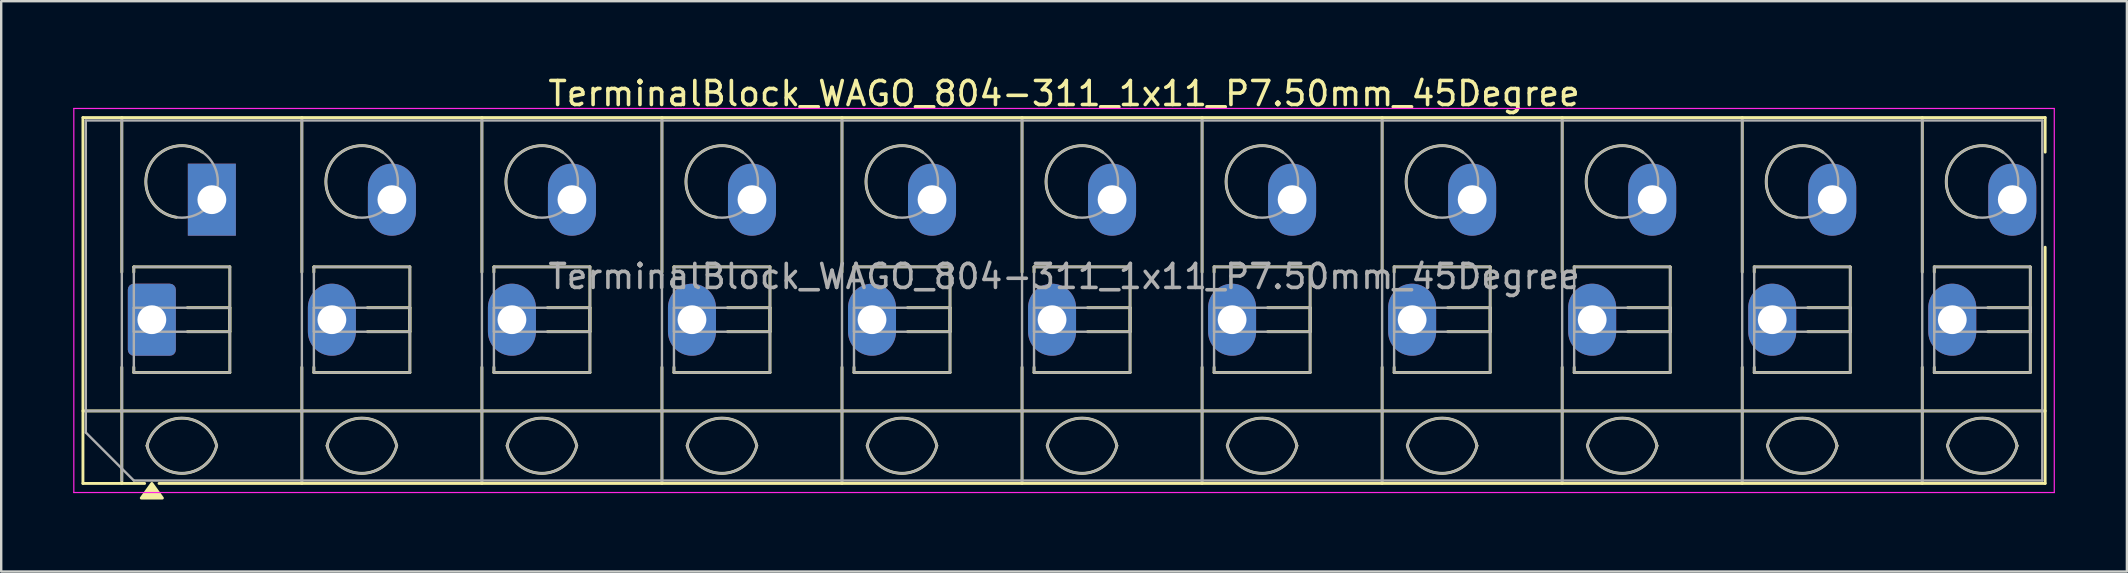
<source format=kicad_pcb>
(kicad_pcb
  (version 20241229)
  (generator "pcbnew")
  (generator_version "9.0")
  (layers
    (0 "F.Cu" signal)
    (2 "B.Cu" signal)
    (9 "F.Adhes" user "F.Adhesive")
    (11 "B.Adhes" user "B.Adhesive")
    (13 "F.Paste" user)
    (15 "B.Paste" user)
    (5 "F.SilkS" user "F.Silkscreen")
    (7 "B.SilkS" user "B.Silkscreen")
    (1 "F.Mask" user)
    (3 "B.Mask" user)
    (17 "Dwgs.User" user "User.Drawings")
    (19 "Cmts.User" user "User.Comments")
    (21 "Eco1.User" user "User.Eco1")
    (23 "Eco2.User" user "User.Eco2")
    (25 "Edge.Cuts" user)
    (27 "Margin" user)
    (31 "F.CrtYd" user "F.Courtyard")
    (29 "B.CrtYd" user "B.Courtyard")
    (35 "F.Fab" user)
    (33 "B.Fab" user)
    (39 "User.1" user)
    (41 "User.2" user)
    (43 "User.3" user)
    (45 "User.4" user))
  (footprint "TerminalBlock_WAGO_804-311_1x11_P7.50mm_45Degree"
    (layer "F.Cu")
    (at 3.275 10.268)
    (property "Reference" "TerminalBlock_WAGO_804-311_1x11_P7.50mm_45Degree" (at 38 -9.42 0) (layer "F.SilkS") (effects (font (size 1 1) (thickness 0.15))))
    (attr through_hole)
    (fp_line (start -2.87 -8.42) (end -2.87 6.82) (stroke (width 0.12) (type solid)) (layer "F.SilkS"))
    (fp_line (start -2.87 -8.42) (end 78.87 -8.42) (stroke (width 0.12) (type solid)) (layer "F.SilkS"))
    (fp_line (start -2.87 3.8) (end 78.87 3.8) (stroke (width 0.12) (type solid)) (layer "F.SilkS"))
    (fp_line (start -2.87 6.82) (end -0.3 6.82) (stroke (width 0.12) (type solid)) (layer "F.SilkS"))
    (fp_line (start -1.25 -8.42) (end -1.25 -1.98) (stroke (width 0.12) (type solid)) (layer "F.SilkS"))
    (fp_line (start -1.25 1.98) (end -1.25 6.82) (stroke (width 0.12) (type solid)) (layer "F.SilkS"))
    (fp_line (start -0.75 -2.2) (end -0.75 -1.98) (stroke (width 0.12) (type solid)) (layer "F.SilkS"))
    (fp_line (start -0.75 -2.2) (end 3.25 -2.2) (stroke (width 0.12) (type solid)) (layer "F.SilkS"))
    (fp_line (start -0.75 1.98) (end -0.75 2.2) (stroke (width 0.12) (type solid)) (layer "F.SilkS"))
    (fp_line (start -0.75 2.2) (end 3.25 2.2) (stroke (width 0.12) (type solid)) (layer "F.SilkS"))
    (fp_line (start 0.3 6.82) (end 78.87 6.82) (stroke (width 0.12) (type solid)) (layer "F.SilkS"))
    (fp_line (start 1.48 -0.5) (end 3.25 -0.5) (stroke (width 0.12) (type solid)) (layer "F.SilkS"))
    (fp_line (start 1.48 0.5) (end 3.25 0.5) (stroke (width 0.12) (type solid)) (layer "F.SilkS"))
    (fp_line (start 3.25 -2.2) (end 3.25 2.2) (stroke (width 0.12) (type solid)) (layer "F.SilkS"))
    (fp_line (start 3.25 -0.5) (end 3.25 0.5) (stroke (width 0.12) (type solid)) (layer "F.SilkS"))
    (fp_line (start 6.25 -8.42) (end 6.25 -1.98) (stroke (width 0.12) (type solid)) (layer "F.SilkS"))
    (fp_line (start 6.25 1.98) (end 6.25 6.82) (stroke (width 0.12) (type solid)) (layer "F.SilkS"))
    (fp_line (start 6.75 -2.2) (end 6.75 -1.98) (stroke (width 0.12) (type solid)) (layer "F.SilkS"))
    (fp_line (start 6.75 -2.2) (end 10.75 -2.2) (stroke (width 0.12) (type solid)) (layer "F.SilkS"))
    (fp_line (start 6.75 1.98) (end 6.75 2.2) (stroke (width 0.12) (type solid)) (layer "F.SilkS"))
    (fp_line (start 6.75 2.2) (end 10.75 2.2) (stroke (width 0.12) (type solid)) (layer "F.SilkS"))
    (fp_line (start 8.98 -0.5) (end 10.75 -0.5) (stroke (width 0.12) (type solid)) (layer "F.SilkS"))
    (fp_line (start 8.98 0.5) (end 10.75 0.5) (stroke (width 0.12) (type solid)) (layer "F.SilkS"))
    (fp_line (start 10.75 -2.2) (end 10.75 2.2) (stroke (width 0.12) (type solid)) (layer "F.SilkS"))
    (fp_line (start 10.75 -0.5) (end 10.75 0.5) (stroke (width 0.12) (type solid)) (layer "F.SilkS"))
    (fp_line (start 13.75 -8.42) (end 13.75 -1.98) (stroke (width 0.12) (type solid)) (layer "F.SilkS"))
    (fp_line (start 13.75 1.98) (end 13.75 6.82) (stroke (width 0.12) (type solid)) (layer "F.SilkS"))
    (fp_line (start 14.25 -2.2) (end 14.25 -1.98) (stroke (width 0.12) (type solid)) (layer "F.SilkS"))
    (fp_line (start 14.25 -2.2) (end 18.25 -2.2) (stroke (width 0.12) (type solid)) (layer "F.SilkS"))
    (fp_line (start 14.25 1.98) (end 14.25 2.2) (stroke (width 0.12) (type solid)) (layer "F.SilkS"))
    (fp_line (start 14.25 2.2) (end 18.25 2.2) (stroke (width 0.12) (type solid)) (layer "F.SilkS"))
    (fp_line (start 16.48 -0.5) (end 18.25 -0.5) (stroke (width 0.12) (type solid)) (layer "F.SilkS"))
    (fp_line (start 16.48 0.5) (end 18.25 0.5) (stroke (width 0.12) (type solid)) (layer "F.SilkS"))
    (fp_line (start 18.25 -2.2) (end 18.25 2.2) (stroke (width 0.12) (type solid)) (layer "F.SilkS"))
    (fp_line (start 18.25 -0.5) (end 18.25 0.5) (stroke (width 0.12) (type solid)) (layer "F.SilkS"))
    (fp_line (start 21.25 -8.42) (end 21.25 -1.98) (stroke (width 0.12) (type solid)) (layer "F.SilkS"))
    (fp_line (start 21.25 1.98) (end 21.25 6.82) (stroke (width 0.12) (type solid)) (layer "F.SilkS"))
    (fp_line (start 21.75 -2.2) (end 21.75 -1.98) (stroke (width 0.12) (type solid)) (layer "F.SilkS"))
    (fp_line (start 21.75 -2.2) (end 25.75 -2.2) (stroke (width 0.12) (type solid)) (layer "F.SilkS"))
    (fp_line (start 21.75 1.98) (end 21.75 2.2) (stroke (width 0.12) (type solid)) (layer "F.SilkS"))
    (fp_line (start 21.75 2.2) (end 25.75 2.2) (stroke (width 0.12) (type solid)) (layer "F.SilkS"))
    (fp_line (start 23.98 -0.5) (end 25.75 -0.5) (stroke (width 0.12) (type solid)) (layer "F.SilkS"))
    (fp_line (start 23.98 0.5) (end 25.75 0.5) (stroke (width 0.12) (type solid)) (layer "F.SilkS"))
    (fp_line (start 25.75 -2.2) (end 25.75 2.2) (stroke (width 0.12) (type solid)) (layer "F.SilkS"))
    (fp_line (start 25.75 -0.5) (end 25.75 0.5) (stroke (width 0.12) (type solid)) (layer "F.SilkS"))
    (fp_line (start 28.75 -8.42) (end 28.75 -1.98) (stroke (width 0.12) (type solid)) (layer "F.SilkS"))
    (fp_line (start 28.75 1.98) (end 28.75 6.82) (stroke (width 0.12) (type solid)) (layer "F.SilkS"))
    (fp_line (start 29.25 -2.2) (end 29.25 -1.98) (stroke (width 0.12) (type solid)) (layer "F.SilkS"))
    (fp_line (start 29.25 -2.2) (end 33.25 -2.2) (stroke (width 0.12) (type solid)) (layer "F.SilkS"))
    (fp_line (start 29.25 1.98) (end 29.25 2.2) (stroke (width 0.12) (type solid)) (layer "F.SilkS"))
    (fp_line (start 29.25 2.2) (end 33.25 2.2) (stroke (width 0.12) (type solid)) (layer "F.SilkS"))
    (fp_line (start 31.48 -0.5) (end 33.25 -0.5) (stroke (width 0.12) (type solid)) (layer "F.SilkS"))
    (fp_line (start 31.48 0.5) (end 33.25 0.5) (stroke (width 0.12) (type solid)) (layer "F.SilkS"))
    (fp_line (start 33.25 -2.2) (end 33.25 2.2) (stroke (width 0.12) (type solid)) (layer "F.SilkS"))
    (fp_line (start 33.25 -0.5) (end 33.25 0.5) (stroke (width 0.12) (type solid)) (layer "F.SilkS"))
    (fp_line (start 36.25 -8.42) (end 36.25 -1.98) (stroke (width 0.12) (type solid)) (layer "F.SilkS"))
    (fp_line (start 36.25 1.98) (end 36.25 6.82) (stroke (width 0.12) (type solid)) (layer "F.SilkS"))
    (fp_line (start 36.75 -2.2) (end 36.75 -1.98) (stroke (width 0.12) (type solid)) (layer "F.SilkS"))
    (fp_line (start 36.75 -2.2) (end 40.75 -2.2) (stroke (width 0.12) (type solid)) (layer "F.SilkS"))
    (fp_line (start 36.75 1.98) (end 36.75 2.2) (stroke (width 0.12) (type solid)) (layer "F.SilkS"))
    (fp_line (start 36.75 2.2) (end 40.75 2.2) (stroke (width 0.12) (type solid)) (layer "F.SilkS"))
    (fp_line (start 38.98 -0.5) (end 40.75 -0.5) (stroke (width 0.12) (type solid)) (layer "F.SilkS"))
    (fp_line (start 38.98 0.5) (end 40.75 0.5) (stroke (width 0.12) (type solid)) (layer "F.SilkS"))
    (fp_line (start 40.75 -2.2) (end 40.75 2.2) (stroke (width 0.12) (type solid)) (layer "F.SilkS"))
    (fp_line (start 40.75 -0.5) (end 40.75 0.5) (stroke (width 0.12) (type solid)) (layer "F.SilkS"))
    (fp_line (start 43.75 -8.42) (end 43.75 -1.98) (stroke (width 0.12) (type solid)) (layer "F.SilkS"))
    (fp_line (start 43.75 1.98) (end 43.75 6.82) (stroke (width 0.12) (type solid)) (layer "F.SilkS"))
    (fp_line (start 44.25 -2.2) (end 44.25 -1.98) (stroke (width 0.12) (type solid)) (layer "F.SilkS"))
    (fp_line (start 44.25 -2.2) (end 48.25 -2.2) (stroke (width 0.12) (type solid)) (layer "F.SilkS"))
    (fp_line (start 44.25 1.98) (end 44.25 2.2) (stroke (width 0.12) (type solid)) (layer "F.SilkS"))
    (fp_line (start 44.25 2.2) (end 48.25 2.2) (stroke (width 0.12) (type solid)) (layer "F.SilkS"))
    (fp_line (start 46.48 -0.5) (end 48.25 -0.5) (stroke (width 0.12) (type solid)) (layer "F.SilkS"))
    (fp_line (start 46.48 0.5) (end 48.25 0.5) (stroke (width 0.12) (type solid)) (layer "F.SilkS"))
    (fp_line (start 48.25 -2.2) (end 48.25 2.2) (stroke (width 0.12) (type solid)) (layer "F.SilkS"))
    (fp_line (start 48.25 -0.5) (end 48.25 0.5) (stroke (width 0.12) (type solid)) (layer "F.SilkS"))
    (fp_line (start 51.25 -8.42) (end 51.25 -1.98) (stroke (width 0.12) (type solid)) (layer "F.SilkS"))
    (fp_line (start 51.25 1.98) (end 51.25 6.82) (stroke (width 0.12) (type solid)) (layer "F.SilkS"))
    (fp_line (start 51.75 -2.2) (end 51.75 -1.98) (stroke (width 0.12) (type solid)) (layer "F.SilkS"))
    (fp_line (start 51.75 -2.2) (end 55.75 -2.2) (stroke (width 0.12) (type solid)) (layer "F.SilkS"))
    (fp_line (start 51.75 1.98) (end 51.75 2.2) (stroke (width 0.12) (type solid)) (layer "F.SilkS"))
    (fp_line (start 51.75 2.2) (end 55.75 2.2) (stroke (width 0.12) (type solid)) (layer "F.SilkS"))
    (fp_line (start 53.98 -0.5) (end 55.75 -0.5) (stroke (width 0.12) (type solid)) (layer "F.SilkS"))
    (fp_line (start 53.98 0.5) (end 55.75 0.5) (stroke (width 0.12) (type solid)) (layer "F.SilkS"))
    (fp_line (start 55.75 -2.2) (end 55.75 2.2) (stroke (width 0.12) (type solid)) (layer "F.SilkS"))
    (fp_line (start 55.75 -0.5) (end 55.75 0.5) (stroke (width 0.12) (type solid)) (layer "F.SilkS"))
    (fp_line (start 58.75 -8.42) (end 58.75 -1.98) (stroke (width 0.12) (type solid)) (layer "F.SilkS"))
    (fp_line (start 58.75 1.98) (end 58.75 6.82) (stroke (width 0.12) (type solid)) (layer "F.SilkS"))
    (fp_line (start 59.25 -2.2) (end 59.25 -1.98) (stroke (width 0.12) (type solid)) (layer "F.SilkS"))
    (fp_line (start 59.25 -2.2) (end 63.25 -2.2) (stroke (width 0.12) (type solid)) (layer "F.SilkS"))
    (fp_line (start 59.25 1.98) (end 59.25 2.2) (stroke (width 0.12) (type solid)) (layer "F.SilkS"))
    (fp_line (start 59.25 2.2) (end 63.25 2.2) (stroke (width 0.12) (type solid)) (layer "F.SilkS"))
    (fp_line (start 61.48 -0.5) (end 63.25 -0.5) (stroke (width 0.12) (type solid)) (layer "F.SilkS"))
    (fp_line (start 61.48 0.5) (end 63.25 0.5) (stroke (width 0.12) (type solid)) (layer "F.SilkS"))
    (fp_line (start 63.25 -2.2) (end 63.25 2.2) (stroke (width 0.12) (type solid)) (layer "F.SilkS"))
    (fp_line (start 63.25 -0.5) (end 63.25 0.5) (stroke (width 0.12) (type solid)) (layer "F.SilkS"))
    (fp_line (start 66.25 -8.42) (end 66.25 -1.98) (stroke (width 0.12) (type solid)) (layer "F.SilkS"))
    (fp_line (start 66.25 1.98) (end 66.25 6.82) (stroke (width 0.12) (type solid)) (layer "F.SilkS"))
    (fp_line (start 66.75 -2.2) (end 66.75 -1.98) (stroke (width 0.12) (type solid)) (layer "F.SilkS"))
    (fp_line (start 66.75 -2.2) (end 70.75 -2.2) (stroke (width 0.12) (type solid)) (layer "F.SilkS"))
    (fp_line (start 66.75 1.98) (end 66.75 2.2) (stroke (width 0.12) (type solid)) (layer "F.SilkS"))
    (fp_line (start 66.75 2.2) (end 70.75 2.2) (stroke (width 0.12) (type solid)) (layer "F.SilkS"))
    (fp_line (start 68.98 -0.5) (end 70.75 -0.5) (stroke (width 0.12) (type solid)) (layer "F.SilkS"))
    (fp_line (start 68.98 0.5) (end 70.75 0.5) (stroke (width 0.12) (type solid)) (layer "F.SilkS"))
    (fp_line (start 70.75 -2.2) (end 70.75 2.2) (stroke (width 0.12) (type solid)) (layer "F.SilkS"))
    (fp_line (start 70.75 -0.5) (end 70.75 0.5) (stroke (width 0.12) (type solid)) (layer "F.SilkS"))
    (fp_line (start 73.75 -8.42) (end 73.75 -1.98) (stroke (width 0.12) (type solid)) (layer "F.SilkS"))
    (fp_line (start 73.75 1.98) (end 73.75 6.82) (stroke (width 0.12) (type solid)) (layer "F.SilkS"))
    (fp_line (start 74.25 -2.2) (end 74.25 -1.98) (stroke (width 0.12) (type solid)) (layer "F.SilkS"))
    (fp_line (start 74.25 -2.2) (end 78.25 -2.2) (stroke (width 0.12) (type solid)) (layer "F.SilkS"))
    (fp_line (start 74.25 1.98) (end 74.25 2.2) (stroke (width 0.12) (type solid)) (layer "F.SilkS"))
    (fp_line (start 74.25 2.2) (end 78.25 2.2) (stroke (width 0.12) (type solid)) (layer "F.SilkS"))
    (fp_line (start 76.48 -0.5) (end 78.25 -0.5) (stroke (width 0.12) (type solid)) (layer "F.SilkS"))
    (fp_line (start 76.48 0.5) (end 78.25 0.5) (stroke (width 0.12) (type solid)) (layer "F.SilkS"))
    (fp_line (start 78.25 -2.2) (end 78.25 2.2) (stroke (width 0.12) (type solid)) (layer "F.SilkS"))
    (fp_line (start 78.25 -0.5) (end 78.25 0.5) (stroke (width 0.12) (type solid)) (layer "F.SilkS"))
    (fp_line (start 78.87 -8.42) (end 78.87 -6.98) (stroke (width 0.12) (type solid)) (layer "F.SilkS"))
    (fp_line (start 78.87 -3.02) (end 78.87 6.82) (stroke (width 0.12) (type solid)) (layer "F.SilkS"))
    (fp_arc (start -0.2 5.25) (mid 1.25 4.1) (end 2.7 5.25) (stroke (width 0.12) (type solid)) (layer "F.SilkS"))
    (fp_arc (start 1.02 -4.268) (mid -0.141916 -6.309209) (end 2.109 -6.98) (stroke (width 0.12) (type solid)) (layer "F.SilkS"))
    (fp_arc (start 2.7 5.25) (mid 1.25 6.4) (end -0.2 5.25) (stroke (width 0.12) (type solid)) (layer "F.SilkS"))
    (fp_arc (start 7.3 5.25) (mid 8.75 4.1) (end 10.2 5.25) (stroke (width 0.12) (type solid)) (layer "F.SilkS"))
    (fp_arc (start 8.52 -4.268) (mid 7.358084 -6.309209) (end 9.609 -6.98) (stroke (width 0.12) (type solid)) (layer "F.SilkS"))
    (fp_arc (start 10.2 5.25) (mid 8.75 6.4) (end 7.3 5.25) (stroke (width 0.12) (type solid)) (layer "F.SilkS"))
    (fp_arc (start 14.8 5.25) (mid 16.25 4.1) (end 17.7 5.25) (stroke (width 0.12) (type solid)) (layer "F.SilkS"))
    (fp_arc (start 16.02 -4.268) (mid 14.858084 -6.309209) (end 17.109 -6.98) (stroke (width 0.12) (type solid)) (layer "F.SilkS"))
    (fp_arc (start 17.7 5.25) (mid 16.25 6.4) (end 14.8 5.25) (stroke (width 0.12) (type solid)) (layer "F.SilkS"))
    (fp_arc (start 22.3 5.25) (mid 23.75 4.1) (end 25.2 5.25) (stroke (width 0.12) (type solid)) (layer "F.SilkS"))
    (fp_arc (start 23.52 -4.268) (mid 22.358084 -6.309209) (end 24.609 -6.98) (stroke (width 0.12) (type solid)) (layer "F.SilkS"))
    (fp_arc (start 25.2 5.25) (mid 23.75 6.4) (end 22.3 5.25) (stroke (width 0.12) (type solid)) (layer "F.SilkS"))
    (fp_arc (start 29.8 5.25) (mid 31.25 4.1) (end 32.7 5.25) (stroke (width 0.12) (type solid)) (layer "F.SilkS"))
    (fp_arc (start 31.02 -4.268) (mid 29.858084 -6.309209) (end 32.109 -6.98) (stroke (width 0.12) (type solid)) (layer "F.SilkS"))
    (fp_arc (start 32.7 5.25) (mid 31.25 6.4) (end 29.8 5.25) (stroke (width 0.12) (type solid)) (layer "F.SilkS"))
    (fp_arc (start 37.3 5.25) (mid 38.75 4.1) (end 40.2 5.25) (stroke (width 0.12) (type solid)) (layer "F.SilkS"))
    (fp_arc (start 38.52 -4.268) (mid 37.358084 -6.309209) (end 39.609 -6.98) (stroke (width 0.12) (type solid)) (layer "F.SilkS"))
    (fp_arc (start 40.2 5.25) (mid 38.75 6.4) (end 37.3 5.25) (stroke (width 0.12) (type solid)) (layer "F.SilkS"))
    (fp_arc (start 44.8 5.25) (mid 46.25 4.1) (end 47.7 5.25) (stroke (width 0.12) (type solid)) (layer "F.SilkS"))
    (fp_arc (start 46.02 -4.268) (mid 44.858084 -6.309209) (end 47.109 -6.98) (stroke (width 0.12) (type solid)) (layer "F.SilkS"))
    (fp_arc (start 47.7 5.25) (mid 46.25 6.4) (end 44.8 5.25) (stroke (width 0.12) (type solid)) (layer "F.SilkS"))
    (fp_arc (start 52.3 5.25) (mid 53.75 4.1) (end 55.2 5.25) (stroke (width 0.12) (type solid)) (layer "F.SilkS"))
    (fp_arc (start 53.52 -4.268) (mid 52.358084 -6.309209) (end 54.609 -6.98) (stroke (width 0.12) (type solid)) (layer "F.SilkS"))
    (fp_arc (start 55.2 5.25) (mid 53.75 6.4) (end 52.3 5.25) (stroke (width 0.12) (type solid)) (layer "F.SilkS"))
    (fp_arc (start 59.8 5.25) (mid 61.25 4.1) (end 62.7 5.25) (stroke (width 0.12) (type solid)) (layer "F.SilkS"))
    (fp_arc (start 61.02 -4.268) (mid 59.858084 -6.309209) (end 62.109 -6.98) (stroke (width 0.12) (type solid)) (layer "F.SilkS"))
    (fp_arc (start 62.7 5.25) (mid 61.25 6.4) (end 59.8 5.25) (stroke (width 0.12) (type solid)) (layer "F.SilkS"))
    (fp_arc (start 67.3 5.25) (mid 68.75 4.1) (end 70.2 5.25) (stroke (width 0.12) (type solid)) (layer "F.SilkS"))
    (fp_arc (start 68.52 -4.268) (mid 67.358084 -6.309209) (end 69.609 -6.98) (stroke (width 0.12) (type solid)) (layer "F.SilkS"))
    (fp_arc (start 70.2 5.25) (mid 68.75 6.4) (end 67.3 5.25) (stroke (width 0.12) (type solid)) (layer "F.SilkS"))
    (fp_arc (start 74.8 5.25) (mid 76.25 4.1) (end 77.7 5.25) (stroke (width 0.12) (type solid)) (layer "F.SilkS"))
    (fp_arc (start 76.02 -4.268) (mid 74.858084 -6.309209) (end 77.109 -6.98) (stroke (width 0.12) (type solid)) (layer "F.SilkS"))
    (fp_arc (start 77.7 5.25) (mid 76.25 6.4) (end 74.8 5.25) (stroke (width 0.12) (type solid)) (layer "F.SilkS"))
    (fp_poly (pts (xy 0 6.82) (xy 0.44 7.43) (xy -0.44 7.43)) (stroke (width 0.12) (type solid)) (fill yes) (layer "F.SilkS"))
    (fp_line (start -3.25 -8.8) (end -3.25 7.2) (stroke (width 0.05) (type solid)) (layer "F.CrtYd"))
    (fp_line (start -3.25 7.2) (end 79.25 7.2) (stroke (width 0.05) (type solid)) (layer "F.CrtYd"))
    (fp_line (start 79.25 -8.8) (end -3.25 -8.8) (stroke (width 0.05) (type solid)) (layer "F.CrtYd"))
    (fp_line (start 79.25 7.2) (end 79.25 -8.8) (stroke (width 0.05) (type solid)) (layer "F.CrtYd"))
    (fp_line (start -2.75 -8.3) (end 78.75 -8.3) (stroke (width 0.1) (type solid)) (layer "F.Fab"))
    (fp_line (start -2.75 3.8) (end 78.75 3.8) (stroke (width 0.1) (type solid)) (layer "F.Fab"))
    (fp_line (start -2.75 4.7) (end -2.75 -8.3) (stroke (width 0.1) (type solid)) (layer "F.Fab"))
    (fp_line (start -1.25 -8.3) (end -1.25 6.7) (stroke (width 0.1) (type solid)) (layer "F.Fab"))
    (fp_line (start -0.75 -2.2) (end -0.75 2.2) (stroke (width 0.1) (type solid)) (layer "F.Fab"))
    (fp_line (start -0.75 -0.5) (end -0.75 0.5) (stroke (width 0.1) (type solid)) (layer "F.Fab"))
    (fp_line (start -0.75 0.5) (end 3.25 0.5) (stroke (width 0.1) (type solid)) (layer "F.Fab"))
    (fp_line (start -0.75 2.2) (end 3.25 2.2) (stroke (width 0.1) (type solid)) (layer "F.Fab"))
    (fp_line (start -0.75 6.7) (end -2.75 4.7) (stroke (width 0.1) (type solid)) (layer "F.Fab"))
    (fp_line (start 3.25 -2.2) (end -0.75 -2.2) (stroke (width 0.1) (type solid)) (layer "F.Fab"))
    (fp_line (start 3.25 -0.5) (end -0.75 -0.5) (stroke (width 0.1) (type solid)) (layer "F.Fab"))
    (fp_line (start 3.25 0.5) (end 3.25 -0.5) (stroke (width 0.1) (type solid)) (layer "F.Fab"))
    (fp_line (start 3.25 2.2) (end 3.25 -2.2) (stroke (width 0.1) (type solid)) (layer "F.Fab"))
    (fp_line (start 6.25 -8.3) (end 6.25 6.7) (stroke (width 0.1) (type solid)) (layer "F.Fab"))
    (fp_line (start 6.75 -2.2) (end 6.75 2.2) (stroke (width 0.1) (type solid)) (layer "F.Fab"))
    (fp_line (start 6.75 -0.5) (end 6.75 0.5) (stroke (width 0.1) (type solid)) (layer "F.Fab"))
    (fp_line (start 6.75 0.5) (end 10.75 0.5) (stroke (width 0.1) (type solid)) (layer "F.Fab"))
    (fp_line (start 6.75 2.2) (end 10.75 2.2) (stroke (width 0.1) (type solid)) (layer "F.Fab"))
    (fp_line (start 10.75 -2.2) (end 6.75 -2.2) (stroke (width 0.1) (type solid)) (layer "F.Fab"))
    (fp_line (start 10.75 -0.5) (end 6.75 -0.5) (stroke (width 0.1) (type solid)) (layer "F.Fab"))
    (fp_line (start 10.75 0.5) (end 10.75 -0.5) (stroke (width 0.1) (type solid)) (layer "F.Fab"))
    (fp_line (start 10.75 2.2) (end 10.75 -2.2) (stroke (width 0.1) (type solid)) (layer "F.Fab"))
    (fp_line (start 13.75 -8.3) (end 13.75 6.7) (stroke (width 0.1) (type solid)) (layer "F.Fab"))
    (fp_line (start 14.25 -2.2) (end 14.25 2.2) (stroke (width 0.1) (type solid)) (layer "F.Fab"))
    (fp_line (start 14.25 -0.5) (end 14.25 0.5) (stroke (width 0.1) (type solid)) (layer "F.Fab"))
    (fp_line (start 14.25 0.5) (end 18.25 0.5) (stroke (width 0.1) (type solid)) (layer "F.Fab"))
    (fp_line (start 14.25 2.2) (end 18.25 2.2) (stroke (width 0.1) (type solid)) (layer "F.Fab"))
    (fp_line (start 18.25 -2.2) (end 14.25 -2.2) (stroke (width 0.1) (type solid)) (layer "F.Fab"))
    (fp_line (start 18.25 -0.5) (end 14.25 -0.5) (stroke (width 0.1) (type solid)) (layer "F.Fab"))
    (fp_line (start 18.25 0.5) (end 18.25 -0.5) (stroke (width 0.1) (type solid)) (layer "F.Fab"))
    (fp_line (start 18.25 2.2) (end 18.25 -2.2) (stroke (width 0.1) (type solid)) (layer "F.Fab"))
    (fp_line (start 21.25 -8.3) (end 21.25 6.7) (stroke (width 0.1) (type solid)) (layer "F.Fab"))
    (fp_line (start 21.75 -2.2) (end 21.75 2.2) (stroke (width 0.1) (type solid)) (layer "F.Fab"))
    (fp_line (start 21.75 -0.5) (end 21.75 0.5) (stroke (width 0.1) (type solid)) (layer "F.Fab"))
    (fp_line (start 21.75 0.5) (end 25.75 0.5) (stroke (width 0.1) (type solid)) (layer "F.Fab"))
    (fp_line (start 21.75 2.2) (end 25.75 2.2) (stroke (width 0.1) (type solid)) (layer "F.Fab"))
    (fp_line (start 25.75 -2.2) (end 21.75 -2.2) (stroke (width 0.1) (type solid)) (layer "F.Fab"))
    (fp_line (start 25.75 -0.5) (end 21.75 -0.5) (stroke (width 0.1) (type solid)) (layer "F.Fab"))
    (fp_line (start 25.75 0.5) (end 25.75 -0.5) (stroke (width 0.1) (type solid)) (layer "F.Fab"))
    (fp_line (start 25.75 2.2) (end 25.75 -2.2) (stroke (width 0.1) (type solid)) (layer "F.Fab"))
    (fp_line (start 28.75 -8.3) (end 28.75 6.7) (stroke (width 0.1) (type solid)) (layer "F.Fab"))
    (fp_line (start 29.25 -2.2) (end 29.25 2.2) (stroke (width 0.1) (type solid)) (layer "F.Fab"))
    (fp_line (start 29.25 -0.5) (end 29.25 0.5) (stroke (width 0.1) (type solid)) (layer "F.Fab"))
    (fp_line (start 29.25 0.5) (end 33.25 0.5) (stroke (width 0.1) (type solid)) (layer "F.Fab"))
    (fp_line (start 29.25 2.2) (end 33.25 2.2) (stroke (width 0.1) (type solid)) (layer "F.Fab"))
    (fp_line (start 33.25 -2.2) (end 29.25 -2.2) (stroke (width 0.1) (type solid)) (layer "F.Fab"))
    (fp_line (start 33.25 -0.5) (end 29.25 -0.5) (stroke (width 0.1) (type solid)) (layer "F.Fab"))
    (fp_line (start 33.25 0.5) (end 33.25 -0.5) (stroke (width 0.1) (type solid)) (layer "F.Fab"))
    (fp_line (start 33.25 2.2) (end 33.25 -2.2) (stroke (width 0.1) (type solid)) (layer "F.Fab"))
    (fp_line (start 36.25 -8.3) (end 36.25 6.7) (stroke (width 0.1) (type solid)) (layer "F.Fab"))
    (fp_line (start 36.75 -2.2) (end 36.75 2.2) (stroke (width 0.1) (type solid)) (layer "F.Fab"))
    (fp_line (start 36.75 -0.5) (end 36.75 0.5) (stroke (width 0.1) (type solid)) (layer "F.Fab"))
    (fp_line (start 36.75 0.5) (end 40.75 0.5) (stroke (width 0.1) (type solid)) (layer "F.Fab"))
    (fp_line (start 36.75 2.2) (end 40.75 2.2) (stroke (width 0.1) (type solid)) (layer "F.Fab"))
    (fp_line (start 40.75 -2.2) (end 36.75 -2.2) (stroke (width 0.1) (type solid)) (layer "F.Fab"))
    (fp_line (start 40.75 -0.5) (end 36.75 -0.5) (stroke (width 0.1) (type solid)) (layer "F.Fab"))
    (fp_line (start 40.75 0.5) (end 40.75 -0.5) (stroke (width 0.1) (type solid)) (layer "F.Fab"))
    (fp_line (start 40.75 2.2) (end 40.75 -2.2) (stroke (width 0.1) (type solid)) (layer "F.Fab"))
    (fp_line (start 43.75 -8.3) (end 43.75 6.7) (stroke (width 0.1) (type solid)) (layer "F.Fab"))
    (fp_line (start 44.25 -2.2) (end 44.25 2.2) (stroke (width 0.1) (type solid)) (layer "F.Fab"))
    (fp_line (start 44.25 -0.5) (end 44.25 0.5) (stroke (width 0.1) (type solid)) (layer "F.Fab"))
    (fp_line (start 44.25 0.5) (end 48.25 0.5) (stroke (width 0.1) (type solid)) (layer "F.Fab"))
    (fp_line (start 44.25 2.2) (end 48.25 2.2) (stroke (width 0.1) (type solid)) (layer "F.Fab"))
    (fp_line (start 48.25 -2.2) (end 44.25 -2.2) (stroke (width 0.1) (type solid)) (layer "F.Fab"))
    (fp_line (start 48.25 -0.5) (end 44.25 -0.5) (stroke (width 0.1) (type solid)) (layer "F.Fab"))
    (fp_line (start 48.25 0.5) (end 48.25 -0.5) (stroke (width 0.1) (type solid)) (layer "F.Fab"))
    (fp_line (start 48.25 2.2) (end 48.25 -2.2) (stroke (width 0.1) (type solid)) (layer "F.Fab"))
    (fp_line (start 51.25 -8.3) (end 51.25 6.7) (stroke (width 0.1) (type solid)) (layer "F.Fab"))
    (fp_line (start 51.75 -2.2) (end 51.75 2.2) (stroke (width 0.1) (type solid)) (layer "F.Fab"))
    (fp_line (start 51.75 -0.5) (end 51.75 0.5) (stroke (width 0.1) (type solid)) (layer "F.Fab"))
    (fp_line (start 51.75 0.5) (end 55.75 0.5) (stroke (width 0.1) (type solid)) (layer "F.Fab"))
    (fp_line (start 51.75 2.2) (end 55.75 2.2) (stroke (width 0.1) (type solid)) (layer "F.Fab"))
    (fp_line (start 55.75 -2.2) (end 51.75 -2.2) (stroke (width 0.1) (type solid)) (layer "F.Fab"))
    (fp_line (start 55.75 -0.5) (end 51.75 -0.5) (stroke (width 0.1) (type solid)) (layer "F.Fab"))
    (fp_line (start 55.75 0.5) (end 55.75 -0.5) (stroke (width 0.1) (type solid)) (layer "F.Fab"))
    (fp_line (start 55.75 2.2) (end 55.75 -2.2) (stroke (width 0.1) (type solid)) (layer "F.Fab"))
    (fp_line (start 58.75 -8.3) (end 58.75 6.7) (stroke (width 0.1) (type solid)) (layer "F.Fab"))
    (fp_line (start 59.25 -2.2) (end 59.25 2.2) (stroke (width 0.1) (type solid)) (layer "F.Fab"))
    (fp_line (start 59.25 -0.5) (end 59.25 0.5) (stroke (width 0.1) (type solid)) (layer "F.Fab"))
    (fp_line (start 59.25 0.5) (end 63.25 0.5) (stroke (width 0.1) (type solid)) (layer "F.Fab"))
    (fp_line (start 59.25 2.2) (end 63.25 2.2) (stroke (width 0.1) (type solid)) (layer "F.Fab"))
    (fp_line (start 63.25 -2.2) (end 59.25 -2.2) (stroke (width 0.1) (type solid)) (layer "F.Fab"))
    (fp_line (start 63.25 -0.5) (end 59.25 -0.5) (stroke (width 0.1) (type solid)) (layer "F.Fab"))
    (fp_line (start 63.25 0.5) (end 63.25 -0.5) (stroke (width 0.1) (type solid)) (layer "F.Fab"))
    (fp_line (start 63.25 2.2) (end 63.25 -2.2) (stroke (width 0.1) (type solid)) (layer "F.Fab"))
    (fp_line (start 66.25 -8.3) (end 66.25 6.7) (stroke (width 0.1) (type solid)) (layer "F.Fab"))
    (fp_line (start 66.75 -2.2) (end 66.75 2.2) (stroke (width 0.1) (type solid)) (layer "F.Fab"))
    (fp_line (start 66.75 -0.5) (end 66.75 0.5) (stroke (width 0.1) (type solid)) (layer "F.Fab"))
    (fp_line (start 66.75 0.5) (end 70.75 0.5) (stroke (width 0.1) (type solid)) (layer "F.Fab"))
    (fp_line (start 66.75 2.2) (end 70.75 2.2) (stroke (width 0.1) (type solid)) (layer "F.Fab"))
    (fp_line (start 70.75 -2.2) (end 66.75 -2.2) (stroke (width 0.1) (type solid)) (layer "F.Fab"))
    (fp_line (start 70.75 -0.5) (end 66.75 -0.5) (stroke (width 0.1) (type solid)) (layer "F.Fab"))
    (fp_line (start 70.75 0.5) (end 70.75 -0.5) (stroke (width 0.1) (type solid)) (layer "F.Fab"))
    (fp_line (start 70.75 2.2) (end 70.75 -2.2) (stroke (width 0.1) (type solid)) (layer "F.Fab"))
    (fp_line (start 73.75 -8.3) (end 73.75 6.7) (stroke (width 0.1) (type solid)) (layer "F.Fab"))
    (fp_line (start 74.25 -2.2) (end 74.25 2.2) (stroke (width 0.1) (type solid)) (layer "F.Fab"))
    (fp_line (start 74.25 -0.5) (end 74.25 0.5) (stroke (width 0.1) (type solid)) (layer "F.Fab"))
    (fp_line (start 74.25 0.5) (end 78.25 0.5) (stroke (width 0.1) (type solid)) (layer "F.Fab"))
    (fp_line (start 74.25 2.2) (end 78.25 2.2) (stroke (width 0.1) (type solid)) (layer "F.Fab"))
    (fp_line (start 78.25 -2.2) (end 74.25 -2.2) (stroke (width 0.1) (type solid)) (layer "F.Fab"))
    (fp_line (start 78.25 -0.5) (end 74.25 -0.5) (stroke (width 0.1) (type solid)) (layer "F.Fab"))
    (fp_line (start 78.25 0.5) (end 78.25 -0.5) (stroke (width 0.1) (type solid)) (layer "F.Fab"))
    (fp_line (start 78.25 2.2) (end 78.25 -2.2) (stroke (width 0.1) (type solid)) (layer "F.Fab"))
    (fp_line (start 78.75 -8.3) (end 78.75 6.7) (stroke (width 0.1) (type solid)) (layer "F.Fab"))
    (fp_line (start 78.75 6.7) (end -0.75 6.7) (stroke (width 0.1) (type solid)) (layer "F.Fab"))
    (fp_arc (start -0.2 5.25) (mid 1.25 4.1) (end 2.7 5.25) (stroke (width 0.1) (type solid)) (layer "F.Fab"))
    (fp_arc (start 2.7 5.25) (mid 1.25 6.4) (end -0.2 5.25) (stroke (width 0.1) (type solid)) (layer "F.Fab"))
    (fp_arc (start 7.3 5.25) (mid 8.75 4.1) (end 10.2 5.25) (stroke (width 0.1) (type solid)) (layer "F.Fab"))
    (fp_arc (start 10.2 5.25) (mid 8.75 6.4) (end 7.3 5.25) (stroke (width 0.1) (type solid)) (layer "F.Fab"))
    (fp_arc (start 14.8 5.25) (mid 16.25 4.1) (end 17.7 5.25) (stroke (width 0.1) (type solid)) (layer "F.Fab"))
    (fp_arc (start 17.7 5.25) (mid 16.25 6.4) (end 14.8 5.25) (stroke (width 0.1) (type solid)) (layer "F.Fab"))
    (fp_arc (start 22.3 5.25) (mid 23.75 4.1) (end 25.2 5.25) (stroke (width 0.1) (type solid)) (layer "F.Fab"))
    (fp_arc (start 25.2 5.25) (mid 23.75 6.4) (end 22.3 5.25) (stroke (width 0.1) (type solid)) (layer "F.Fab"))
    (fp_arc (start 29.8 5.25) (mid 31.25 4.1) (end 32.7 5.25) (stroke (width 0.1) (type solid)) (layer "F.Fab"))
    (fp_arc (start 32.7 5.25) (mid 31.25 6.4) (end 29.8 5.25) (stroke (width 0.1) (type solid)) (layer "F.Fab"))
    (fp_arc (start 37.3 5.25) (mid 38.75 4.1) (end 40.2 5.25) (stroke (width 0.1) (type solid)) (layer "F.Fab"))
    (fp_arc (start 40.2 5.25) (mid 38.75 6.4) (end 37.3 5.25) (stroke (width 0.1) (type solid)) (layer "F.Fab"))
    (fp_arc (start 44.8 5.25) (mid 46.25 4.1) (end 47.7 5.25) (stroke (width 0.1) (type solid)) (layer "F.Fab"))
    (fp_arc (start 47.7 5.25) (mid 46.25 6.4) (end 44.8 5.25) (stroke (width 0.1) (type solid)) (layer "F.Fab"))
    (fp_arc (start 52.3 5.25) (mid 53.75 4.1) (end 55.2 5.25) (stroke (width 0.1) (type solid)) (layer "F.Fab"))
    (fp_arc (start 55.2 5.25) (mid 53.75 6.4) (end 52.3 5.25) (stroke (width 0.1) (type solid)) (layer "F.Fab"))
    (fp_arc (start 59.8 5.25) (mid 61.25 4.1) (end 62.7 5.25) (stroke (width 0.1) (type solid)) (layer "F.Fab"))
    (fp_arc (start 62.7 5.25) (mid 61.25 6.4) (end 59.8 5.25) (stroke (width 0.1) (type solid)) (layer "F.Fab"))
    (fp_arc (start 67.3 5.25) (mid 68.75 4.1) (end 70.2 5.25) (stroke (width 0.1) (type solid)) (layer "F.Fab"))
    (fp_arc (start 70.2 5.25) (mid 68.75 6.4) (end 67.3 5.25) (stroke (width 0.1) (type solid)) (layer "F.Fab"))
    (fp_arc (start 74.8 5.25) (mid 76.25 4.1) (end 77.7 5.25) (stroke (width 0.1) (type solid)) (layer "F.Fab"))
    (fp_arc (start 77.7 5.25) (mid 76.25 6.4) (end 74.8 5.25) (stroke (width 0.1) (type solid)) (layer "F.Fab"))
    (fp_circle (center 1.25 -5.75) (end 2.75 -5.75) (stroke (width 0.1) (type solid)) (fill no) (layer "F.Fab"))
    (fp_circle (center 8.75 -5.75) (end 10.25 -5.75) (stroke (width 0.1) (type solid)) (fill no) (layer "F.Fab"))
    (fp_circle (center 16.25 -5.75) (end 17.75 -5.75) (stroke (width 0.1) (type solid)) (fill no) (layer "F.Fab"))
    (fp_circle (center 23.75 -5.75) (end 25.25 -5.75) (stroke (width 0.1) (type solid)) (fill no) (layer "F.Fab"))
    (fp_circle (center 31.25 -5.75) (end 32.75 -5.75) (stroke (width 0.1) (type solid)) (fill no) (layer "F.Fab"))
    (fp_circle (center 38.75 -5.75) (end 40.25 -5.75) (stroke (width 0.1) (type solid)) (fill no) (layer "F.Fab"))
    (fp_circle (center 46.25 -5.75) (end 47.75 -5.75) (stroke (width 0.1) (type solid)) (fill no) (layer "F.Fab"))
    (fp_circle (center 53.75 -5.75) (end 55.25 -5.75) (stroke (width 0.1) (type solid)) (fill no) (layer "F.Fab"))
    (fp_circle (center 61.25 -5.75) (end 62.75 -5.75) (stroke (width 0.1) (type solid)) (fill no) (layer "F.Fab"))
    (fp_circle (center 68.75 -5.75) (end 70.25 -5.75) (stroke (width 0.1) (type solid)) (fill no) (layer "F.Fab"))
    (fp_circle (center 76.25 -5.75) (end 77.75 -5.75) (stroke (width 0.1) (type solid)) (fill no) (layer "F.Fab"))
    (fp_text user "${REFERENCE}" (at 38 -1.8 0) (layer "F.Fab") (effects (font (size 1 1) (thickness 0.15))))
    (pad "1" thru_hole roundrect (at 0 0) (size 2 3) (drill 1.2) (layers "*.Cu" "*.Mask") (roundrect_rratio 0.125))
    (pad "1" thru_hole rect (at 2.5 -5) (size 2 3) (drill 1.2) (layers "*.Cu" "*.Mask"))
    (pad "2" thru_hole oval (at 7.5 0) (size 2 3) (drill 1.2) (layers "*.Cu" "*.Mask"))
    (pad "2" thru_hole oval (at 10 -5) (size 2 3) (drill 1.2) (layers "*.Cu" "*.Mask"))
    (pad "3" thru_hole oval (at 15 0) (size 2 3) (drill 1.2) (layers "*.Cu" "*.Mask"))
    (pad "3" thru_hole oval (at 17.5 -5) (size 2 3) (drill 1.2) (layers "*.Cu" "*.Mask"))
    (pad "4" thru_hole oval (at 22.5 0) (size 2 3) (drill 1.2) (layers "*.Cu" "*.Mask"))
    (pad "4" thru_hole oval (at 25 -5) (size 2 3) (drill 1.2) (layers "*.Cu" "*.Mask"))
    (pad "5" thru_hole oval (at 30 0) (size 2 3) (drill 1.2) (layers "*.Cu" "*.Mask"))
    (pad "5" thru_hole oval (at 32.5 -5) (size 2 3) (drill 1.2) (layers "*.Cu" "*.Mask"))
    (pad "6" thru_hole oval (at 37.5 0) (size 2 3) (drill 1.2) (layers "*.Cu" "*.Mask"))
    (pad "6" thru_hole oval (at 40 -5) (size 2 3) (drill 1.2) (layers "*.Cu" "*.Mask"))
    (pad "7" thru_hole oval (at 45 0) (size 2 3) (drill 1.2) (layers "*.Cu" "*.Mask"))
    (pad "7" thru_hole oval (at 47.5 -5) (size 2 3) (drill 1.2) (layers "*.Cu" "*.Mask"))
    (pad "8" thru_hole oval (at 52.5 0) (size 2 3) (drill 1.2) (layers "*.Cu" "*.Mask"))
    (pad "8" thru_hole oval (at 55 -5) (size 2 3) (drill 1.2) (layers "*.Cu" "*.Mask"))
    (pad "9" thru_hole oval (at 60 0) (size 2 3) (drill 1.2) (layers "*.Cu" "*.Mask"))
    (pad "9" thru_hole oval (at 62.5 -5) (size 2 3) (drill 1.2) (layers "*.Cu" "*.Mask"))
    (pad "10" thru_hole oval (at 67.5 0) (size 2 3) (drill 1.2) (layers "*.Cu" "*.Mask"))
    (pad "10" thru_hole oval (at 70 -5) (size 2 3) (drill 1.2) (layers "*.Cu" "*.Mask"))
    (pad "11" thru_hole oval (at 75 0) (size 2 3) (drill 1.2) (layers "*.Cu" "*.Mask"))
    (pad "11" thru_hole oval (at 77.5 -5) (size 2 3) (drill 1.2) (layers "*.Cu" "*.Mask")))
  (gr_rect
    (start -3 -3)
    (end 85.55 20.758)
    (stroke (width 0.1) (type default))
    (fill no)
    (layer "Edge.Cuts")))
</source>
